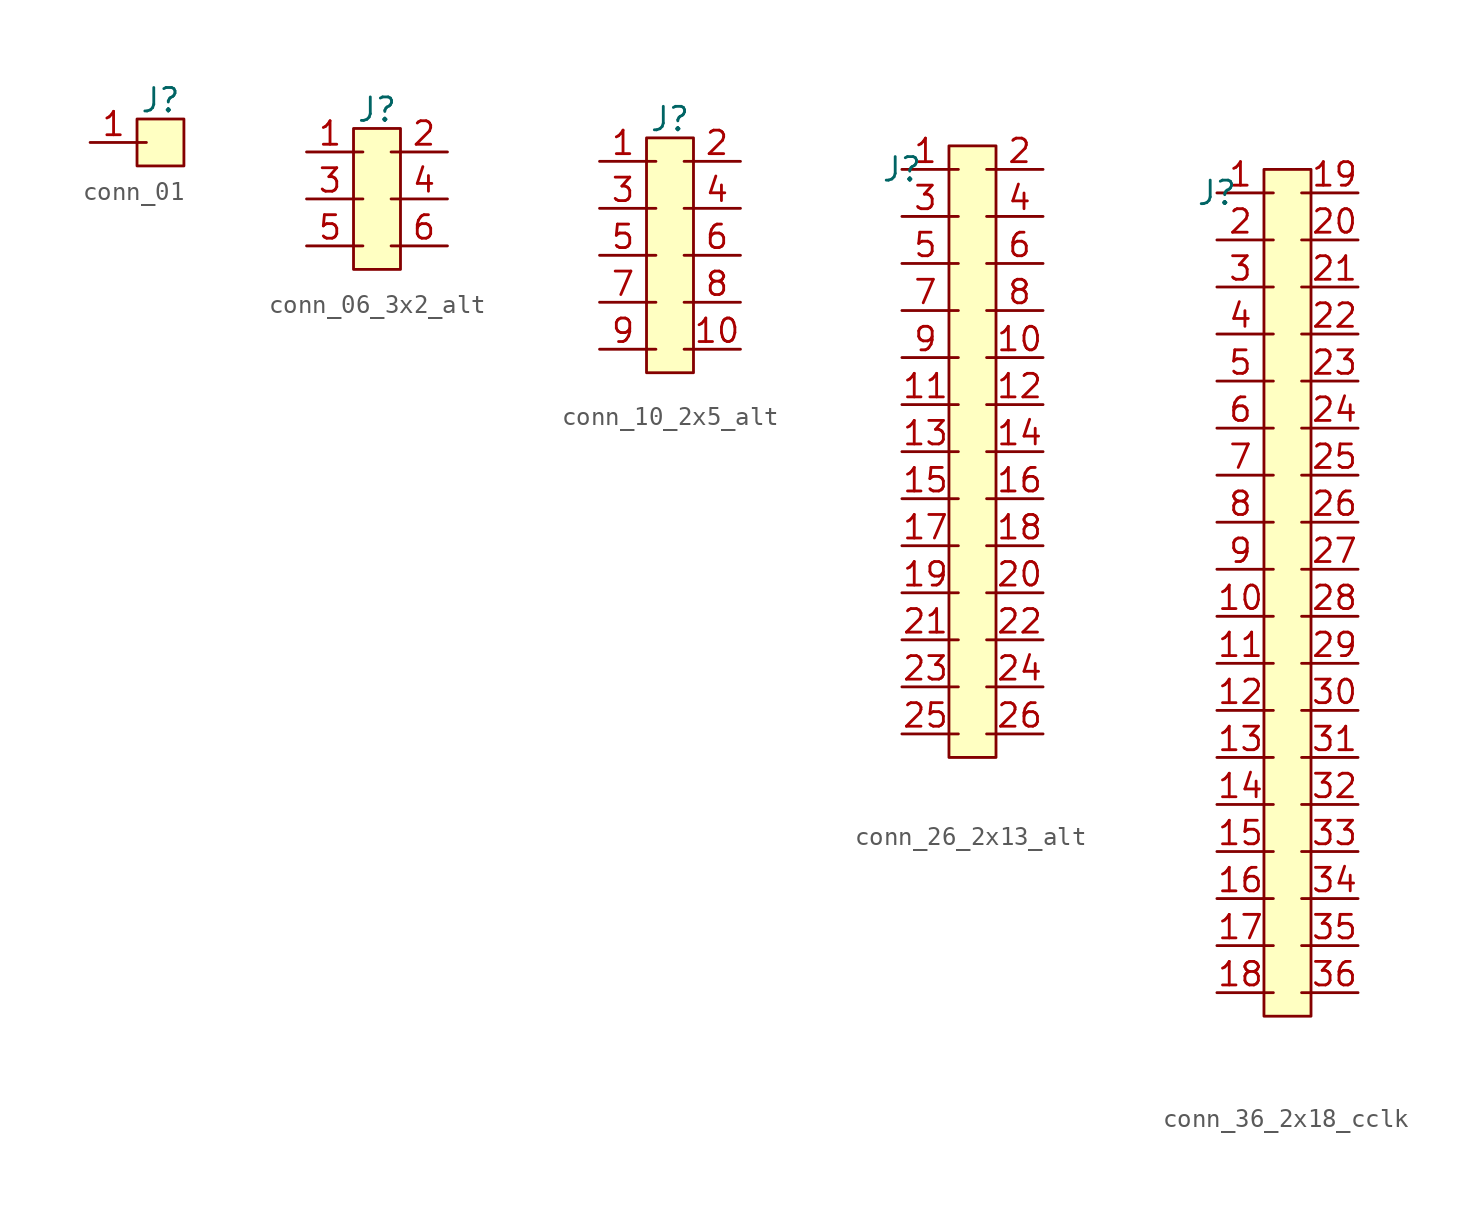
<source format=kicad_sym>
(kicad_symbol_lib
  (version 20231120)
  (generator "kicad_symbol_editor")
  (generator_version "8.0")
  (symbol "conn_01"
    (pin_names hide)
    (property "Reference" "J"
      (at 3.81 2.286 0)
      (effects (font (size 1.27 1.27))))
    (symbol "conn_01_1_0"
      (pin passive line (at 0 0 0) (length 2.54) (name "1" (effects (font (size 1.27 1.27)))) (number "1" (effects (font (size 1.27 1.27))))))
    (symbol "conn_01_1_1"
      (polyline (pts (xy 2.54 0) (xy 3.048 0)) (stroke (width 0) (type default)) (fill (type none)))
      (rectangle (start 2.54 1.27) (end 5.08 -1.27) (stroke (width 0) (type default)) (fill (type background)))))
  (symbol "conn_06_3x2_alt"
    (pin_names hide)
    (property "Reference" "J"
      (at 3.81 2.286 0)
      (effects (font (size 1.27 1.27))))
    (symbol "conn_06_3x2_alt_1_0"
      (pin passive line (at 0 0 0) (length 2.54) (name "1" (effects (font (size 1.27 1.27)))) (number "1" (effects (font (size 1.27 1.27)))))
      (pin passive line (at 7.62 0 180) (length 2.54) (name "2" (effects (font (size 1.27 1.27)))) (number "2" (effects (font (size 1.27 1.27)))))
      (pin passive line (at 0 -2.54 0) (length 2.54) (name "3" (effects (font (size 1.27 1.27)))) (number "3" (effects (font (size 1.27 1.27)))))
      (pin passive line (at 7.62 -2.54 180) (length 2.54) (name "4" (effects (font (size 1.27 1.27)))) (number "4" (effects (font (size 1.27 1.27)))))
      (pin passive line (at 0 -5.08 0) (length 2.54) (name "5" (effects (font (size 1.27 1.27)))) (number "5" (effects (font (size 1.27 1.27)))))
      (pin passive line (at 7.62 -5.08 180) (length 2.54) (name "6" (effects (font (size 1.27 1.27)))) (number "6" (effects (font (size 1.27 1.27))))))
    (symbol "conn_06_3x2_alt_1_1"
      (polyline (pts (xy 2.54 -5.08) (xy 3.048 -5.08)) (stroke (width 0) (type default)) (fill (type none)))
      (polyline (pts (xy 2.54 -2.54) (xy 3.048 -2.54)) (stroke (width 0) (type default)) (fill (type none)))
      (polyline (pts (xy 2.54 0) (xy 3.048 0)) (stroke (width 0) (type default)) (fill (type none)))
      (polyline (pts (xy 4.572 -5.08) (xy 5.08 -5.08)) (stroke (width 0) (type default)) (fill (type none)))
      (polyline (pts (xy 4.572 -2.54) (xy 5.08 -2.54)) (stroke (width 0) (type default)) (fill (type none)))
      (polyline (pts (xy 4.572 0) (xy 5.08 0)) (stroke (width 0) (type default)) (fill (type none)))
      (rectangle (start 2.54 1.27) (end 5.08 -6.35) (stroke (width 0) (type default)) (fill (type background)))))
  (symbol "conn_10_2x5_alt"
    (pin_names hide)
    (property "Reference" "J"
      (at 3.81 2.286 0)
      (effects (font (size 1.27 1.27))))
    (symbol "conn_10_2x5_alt_1_0"
      (pin passive line (at 0 0 0) (length 2.54) (name "1" (effects (font (size 1.27 1.27)))) (number "1" (effects (font (size 1.27 1.27)))))
      (pin passive line (at 7.62 -10.16 180) (length 2.54) (name "10" (effects (font (size 1.27 1.27)))) (number "10" (effects (font (size 1.27 1.27)))))
      (pin passive line (at 7.62 0 180) (length 2.54) (name "2" (effects (font (size 1.27 1.27)))) (number "2" (effects (font (size 1.27 1.27)))))
      (pin passive line (at 0 -2.54 0) (length 2.54) (name "3" (effects (font (size 1.27 1.27)))) (number "3" (effects (font (size 1.27 1.27)))))
      (pin passive line (at 7.62 -2.54 180) (length 2.54) (name "4" (effects (font (size 1.27 1.27)))) (number "4" (effects (font (size 1.27 1.27)))))
      (pin passive line (at 0 -5.08 0) (length 2.54) (name "5" (effects (font (size 1.27 1.27)))) (number "5" (effects (font (size 1.27 1.27)))))
      (pin passive line (at 7.62 -5.08 180) (length 2.54) (name "6" (effects (font (size 1.27 1.27)))) (number "6" (effects (font (size 1.27 1.27)))))
      (pin passive line (at 0 -7.62 0) (length 2.54) (name "7" (effects (font (size 1.27 1.27)))) (number "7" (effects (font (size 1.27 1.27)))))
      (pin passive line (at 7.62 -7.62 180) (length 2.54) (name "8" (effects (font (size 1.27 1.27)))) (number "8" (effects (font (size 1.27 1.27)))))
      (pin passive line (at 0 -10.16 0) (length 2.54) (name "9" (effects (font (size 1.27 1.27)))) (number "9" (effects (font (size 1.27 1.27))))))
    (symbol "conn_10_2x5_alt_1_1"
      (polyline (pts (xy 2.54 -10.16) (xy 3.048 -10.16)) (stroke (width 0) (type default)) (fill (type none)))
      (polyline (pts (xy 2.54 -7.62) (xy 3.048 -7.62)) (stroke (width 0) (type default)) (fill (type none)))
      (polyline (pts (xy 2.54 -5.08) (xy 3.048 -5.08)) (stroke (width 0) (type default)) (fill (type none)))
      (polyline (pts (xy 2.54 -2.54) (xy 3.048 -2.54)) (stroke (width 0) (type default)) (fill (type none)))
      (polyline (pts (xy 2.54 0) (xy 3.048 0)) (stroke (width 0) (type default)) (fill (type none)))
      (polyline (pts (xy 4.572 -10.16) (xy 5.08 -10.16)) (stroke (width 0) (type default)) (fill (type none)))
      (polyline (pts (xy 4.572 -7.62) (xy 5.08 -7.62)) (stroke (width 0) (type default)) (fill (type none)))
      (polyline (pts (xy 4.572 -5.08) (xy 5.08 -5.08)) (stroke (width 0) (type default)) (fill (type none)))
      (polyline (pts (xy 4.572 -2.54) (xy 5.08 -2.54)) (stroke (width 0) (type default)) (fill (type none)))
      (polyline (pts (xy 4.572 0) (xy 5.08 0)) (stroke (width 0) (type default)) (fill (type none)))
      (rectangle (start 2.54 1.27) (end 5.08 -11.43) (stroke (width 0) (type default)) (fill (type background)))))
  (symbol "conn_26_2x13_alt"
    (pin_names hide)
    (property "Reference" "J"
      (at 0 0 0)
      (effects (font (size 1.27 1.27))))
    (symbol "conn_26_2x13_alt_1_1"
      (polyline (pts (xy 2.54 -30.48) (xy 3.048 -30.48)) (stroke (width 0) (type default)) (fill (type none)))
      (polyline (pts (xy 2.54 -27.94) (xy 3.048 -27.94)) (stroke (width 0) (type default)) (fill (type none)))
      (polyline (pts (xy 2.54 -25.4) (xy 3.048 -25.4)) (stroke (width 0) (type default)) (fill (type none)))
      (polyline (pts (xy 2.54 -22.86) (xy 3.048 -22.86)) (stroke (width 0) (type default)) (fill (type none)))
      (polyline (pts (xy 2.54 -20.32) (xy 3.048 -20.32)) (stroke (width 0) (type default)) (fill (type none)))
      (polyline (pts (xy 2.54 -17.78) (xy 3.048 -17.78)) (stroke (width 0) (type default)) (fill (type none)))
      (polyline (pts (xy 2.54 -15.24) (xy 3.048 -15.24)) (stroke (width 0) (type default)) (fill (type none)))
      (polyline (pts (xy 2.54 -12.7) (xy 3.048 -12.7)) (stroke (width 0) (type default)) (fill (type none)))
      (polyline (pts (xy 2.54 -10.16) (xy 3.048 -10.16)) (stroke (width 0) (type default)) (fill (type none)))
      (polyline (pts (xy 2.54 -7.62) (xy 3.048 -7.62)) (stroke (width 0) (type default)) (fill (type none)))
      (polyline (pts (xy 2.54 -5.08) (xy 3.048 -5.08)) (stroke (width 0) (type default)) (fill (type none)))
      (polyline (pts (xy 2.54 -2.54) (xy 3.048 -2.54)) (stroke (width 0) (type default)) (fill (type none)))
      (polyline (pts (xy 2.54 0) (xy 3.048 0)) (stroke (width 0) (type default)) (fill (type none)))
      (polyline (pts (xy 4.572 -30.48) (xy 5.08 -30.48)) (stroke (width 0) (type default)) (fill (type none)))
      (polyline (pts (xy 4.572 -27.94) (xy 5.08 -27.94)) (stroke (width 0) (type default)) (fill (type none)))
      (polyline (pts (xy 4.572 -25.4) (xy 5.08 -25.4)) (stroke (width 0) (type default)) (fill (type none)))
      (polyline (pts (xy 4.572 -22.86) (xy 5.08 -22.86)) (stroke (width 0) (type default)) (fill (type none)))
      (polyline (pts (xy 4.572 -20.32) (xy 5.08 -20.32)) (stroke (width 0) (type default)) (fill (type none)))
      (polyline (pts (xy 4.572 -17.78) (xy 5.08 -17.78)) (stroke (width 0) (type default)) (fill (type none)))
      (polyline (pts (xy 4.572 -15.24) (xy 5.08 -15.24)) (stroke (width 0) (type default)) (fill (type none)))
      (polyline (pts (xy 4.572 -12.7) (xy 5.08 -12.7)) (stroke (width 0) (type default)) (fill (type none)))
      (polyline (pts (xy 4.572 -10.16) (xy 5.08 -10.16)) (stroke (width 0) (type default)) (fill (type none)))
      (polyline (pts (xy 4.572 -7.62) (xy 5.08 -7.62)) (stroke (width 0) (type default)) (fill (type none)))
      (polyline (pts (xy 4.572 -5.08) (xy 5.08 -5.08)) (stroke (width 0) (type default)) (fill (type none)))
      (polyline (pts (xy 4.572 -2.54) (xy 5.08 -2.54)) (stroke (width 0) (type default)) (fill (type none)))
      (polyline (pts (xy 4.572 0) (xy 5.08 0)) (stroke (width 0) (type default)) (fill (type none)))
      (rectangle (start 2.54 1.27) (end 5.08 -31.75) (stroke (width 0) (type default)) (fill (type background)))
      (pin passive line (at 0 0 0) (length 2.54) (name "1" (effects (font (size 1.27 1.27)))) (number "1" (effects (font (size 1.27 1.27)))))
      (pin passive line (at 7.62 -10.16 180) (length 2.54) (name "1" (effects (font (size 1.27 1.27)))) (number "10" (effects (font (size 1.27 1.27)))))
      (pin passive line (at 0 -12.7 0) (length 2.54) (name "1" (effects (font (size 1.27 1.27)))) (number "11" (effects (font (size 1.27 1.27)))))
      (pin passive line (at 7.62 -12.7 180) (length 2.54) (name "1" (effects (font (size 1.27 1.27)))) (number "12" (effects (font (size 1.27 1.27)))))
      (pin passive line (at 0 -15.24 0) (length 2.54) (name "1" (effects (font (size 1.27 1.27)))) (number "13" (effects (font (size 1.27 1.27)))))
      (pin passive line (at 7.62 -15.24 180) (length 2.54) (name "1" (effects (font (size 1.27 1.27)))) (number "14" (effects (font (size 1.27 1.27)))))
      (pin passive line (at 0 -17.78 0) (length 2.54) (name "1" (effects (font (size 1.27 1.27)))) (number "15" (effects (font (size 1.27 1.27)))))
      (pin passive line (at 7.62 -17.78 180) (length 2.54) (name "1" (effects (font (size 1.27 1.27)))) (number "16" (effects (font (size 1.27 1.27)))))
      (pin passive line (at 0 -20.32 0) (length 2.54) (name "1" (effects (font (size 1.27 1.27)))) (number "17" (effects (font (size 1.27 1.27)))))
      (pin passive line (at 7.62 -20.32 180) (length 2.54) (name "1" (effects (font (size 1.27 1.27)))) (number "18" (effects (font (size 1.27 1.27)))))
      (pin passive line (at 0 -22.86 0) (length 2.54) (name "1" (effects (font (size 1.27 1.27)))) (number "19" (effects (font (size 1.27 1.27)))))
      (pin passive line (at 7.62 0 180) (length 2.54) (name "1" (effects (font (size 1.27 1.27)))) (number "2" (effects (font (size 1.27 1.27)))))
      (pin passive line (at 7.62 -22.86 180) (length 2.54) (name "1" (effects (font (size 1.27 1.27)))) (number "20" (effects (font (size 1.27 1.27)))))
      (pin passive line (at 0 -25.4 0) (length 2.54) (name "1" (effects (font (size 1.27 1.27)))) (number "21" (effects (font (size 1.27 1.27)))))
      (pin passive line (at 7.62 -25.4 180) (length 2.54) (name "1" (effects (font (size 1.27 1.27)))) (number "22" (effects (font (size 1.27 1.27)))))
      (pin passive line (at 0 -27.94 0) (length 2.54) (name "1" (effects (font (size 1.27 1.27)))) (number "23" (effects (font (size 1.27 1.27)))))
      (pin passive line (at 7.62 -27.94 180) (length 2.54) (name "1" (effects (font (size 1.27 1.27)))) (number "24" (effects (font (size 1.27 1.27)))))
      (pin passive line (at 0 -30.48 0) (length 2.54) (name "1" (effects (font (size 1.27 1.27)))) (number "25" (effects (font (size 1.27 1.27)))))
      (pin passive line (at 7.62 -30.48 180) (length 2.54) (name "1" (effects (font (size 1.27 1.27)))) (number "26" (effects (font (size 1.27 1.27)))))
      (pin passive line (at 0 -2.54 0) (length 2.54) (name "1" (effects (font (size 1.27 1.27)))) (number "3" (effects (font (size 1.27 1.27)))))
      (pin passive line (at 7.62 -2.54 180) (length 2.54) (name "1" (effects (font (size 1.27 1.27)))) (number "4" (effects (font (size 1.27 1.27)))))
      (pin passive line (at 0 -5.08 0) (length 2.54) (name "1" (effects (font (size 1.27 1.27)))) (number "5" (effects (font (size 1.27 1.27)))))
      (pin passive line (at 7.62 -5.08 180) (length 2.54) (name "1" (effects (font (size 1.27 1.27)))) (number "6" (effects (font (size 1.27 1.27)))))
      (pin passive line (at 0 -7.62 0) (length 2.54) (name "1" (effects (font (size 1.27 1.27)))) (number "7" (effects (font (size 1.27 1.27)))))
      (pin passive line (at 7.62 -7.62 180) (length 2.54) (name "1" (effects (font (size 1.27 1.27)))) (number "8" (effects (font (size 1.27 1.27)))))
      (pin passive line (at 0 -10.16 0) (length 2.54) (name "1" (effects (font (size 1.27 1.27)))) (number "9" (effects (font (size 1.27 1.27)))))))
  (symbol "conn_36_2x18_cclk"
    (pin_names hide)
    (property "Reference" "J"
      (at 0 0 0)
      (effects (font (size 1.27 1.27))))
    (symbol "conn_36_2x18_cclk_1_1"
      (polyline (pts (xy 2.54 -43.18) (xy 3.048 -43.18)) (stroke (width 0) (type default)) (fill (type none)))
      (polyline (pts (xy 2.54 -40.64) (xy 3.048 -40.64)) (stroke (width 0) (type default)) (fill (type none)))
      (polyline (pts (xy 2.54 -38.1) (xy 3.048 -38.1)) (stroke (width 0) (type default)) (fill (type none)))
      (polyline (pts (xy 2.54 -35.56) (xy 3.048 -35.56)) (stroke (width 0) (type default)) (fill (type none)))
      (polyline (pts (xy 2.54 -33.02) (xy 3.048 -33.02)) (stroke (width 0) (type default)) (fill (type none)))
      (polyline (pts (xy 2.54 -30.48) (xy 3.048 -30.48)) (stroke (width 0) (type default)) (fill (type none)))
      (polyline (pts (xy 2.54 -27.94) (xy 3.048 -27.94)) (stroke (width 0) (type default)) (fill (type none)))
      (polyline (pts (xy 2.54 -25.4) (xy 3.048 -25.4)) (stroke (width 0) (type default)) (fill (type none)))
      (polyline (pts (xy 2.54 -22.86) (xy 3.048 -22.86)) (stroke (width 0) (type default)) (fill (type none)))
      (polyline (pts (xy 2.54 -20.32) (xy 3.048 -20.32)) (stroke (width 0) (type default)) (fill (type none)))
      (polyline (pts (xy 2.54 -17.78) (xy 3.048 -17.78)) (stroke (width 0) (type default)) (fill (type none)))
      (polyline (pts (xy 2.54 -15.24) (xy 3.048 -15.24)) (stroke (width 0) (type default)) (fill (type none)))
      (polyline (pts (xy 2.54 -12.7) (xy 3.048 -12.7)) (stroke (width 0) (type default)) (fill (type none)))
      (polyline (pts (xy 2.54 -10.16) (xy 3.048 -10.16)) (stroke (width 0) (type default)) (fill (type none)))
      (polyline (pts (xy 2.54 -7.62) (xy 3.048 -7.62)) (stroke (width 0) (type default)) (fill (type none)))
      (polyline (pts (xy 2.54 -5.08) (xy 3.048 -5.08)) (stroke (width 0) (type default)) (fill (type none)))
      (polyline (pts (xy 2.54 -2.54) (xy 3.048 -2.54)) (stroke (width 0) (type default)) (fill (type none)))
      (polyline (pts (xy 2.54 0) (xy 3.048 0)) (stroke (width 0) (type default)) (fill (type none)))
      (polyline (pts (xy 4.572 -43.18) (xy 5.08 -43.18)) (stroke (width 0) (type default)) (fill (type none)))
      (polyline (pts (xy 4.572 -40.64) (xy 5.08 -40.64)) (stroke (width 0) (type default)) (fill (type none)))
      (polyline (pts (xy 4.572 -38.1) (xy 5.08 -38.1)) (stroke (width 0) (type default)) (fill (type none)))
      (polyline (pts (xy 4.572 -35.56) (xy 5.08 -35.56)) (stroke (width 0) (type default)) (fill (type none)))
      (polyline (pts (xy 4.572 -33.02) (xy 5.08 -33.02)) (stroke (width 0) (type default)) (fill (type none)))
      (polyline (pts (xy 4.572 -30.48) (xy 5.08 -30.48)) (stroke (width 0) (type default)) (fill (type none)))
      (polyline (pts (xy 4.572 -27.94) (xy 5.08 -27.94)) (stroke (width 0) (type default)) (fill (type none)))
      (polyline (pts (xy 4.572 -25.4) (xy 5.08 -25.4)) (stroke (width 0) (type default)) (fill (type none)))
      (polyline (pts (xy 4.572 -22.86) (xy 5.08 -22.86)) (stroke (width 0) (type default)) (fill (type none)))
      (polyline (pts (xy 4.572 -20.32) (xy 5.08 -20.32)) (stroke (width 0) (type default)) (fill (type none)))
      (polyline (pts (xy 4.572 -17.78) (xy 5.08 -17.78)) (stroke (width 0) (type default)) (fill (type none)))
      (polyline (pts (xy 4.572 -15.24) (xy 5.08 -15.24)) (stroke (width 0) (type default)) (fill (type none)))
      (polyline (pts (xy 4.572 -12.7) (xy 5.08 -12.7)) (stroke (width 0) (type default)) (fill (type none)))
      (polyline (pts (xy 4.572 -10.16) (xy 5.08 -10.16)) (stroke (width 0) (type default)) (fill (type none)))
      (polyline (pts (xy 4.572 -7.62) (xy 5.08 -7.62)) (stroke (width 0) (type default)) (fill (type none)))
      (polyline (pts (xy 4.572 -5.08) (xy 5.08 -5.08)) (stroke (width 0) (type default)) (fill (type none)))
      (polyline (pts (xy 4.572 -2.54) (xy 5.08 -2.54)) (stroke (width 0) (type default)) (fill (type none)))
      (polyline (pts (xy 4.572 0) (xy 5.08 0)) (stroke (width 0) (type default)) (fill (type none)))
      (rectangle (start 2.54 1.27) (end 5.08 -44.45) (stroke (width 0) (type default)) (fill (type background)))
      (pin passive line (at 0 0 0) (length 2.54) (name "1" (effects (font (size 1.27 1.27)))) (number "1" (effects (font (size 1.27 1.27)))))
      (pin passive line (at 0 -22.86 0) (length 2.54) (name "1" (effects (font (size 1.27 1.27)))) (number "10" (effects (font (size 1.27 1.27)))))
      (pin passive line (at 0 -25.4 0) (length 2.54) (name "1" (effects (font (size 1.27 1.27)))) (number "11" (effects (font (size 1.27 1.27)))))
      (pin passive line (at 0 -27.94 0) (length 2.54) (name "1" (effects (font (size 1.27 1.27)))) (number "12" (effects (font (size 1.27 1.27)))))
      (pin passive line (at 0 -30.48 0) (length 2.54) (name "1" (effects (font (size 1.27 1.27)))) (number "13" (effects (font (size 1.27 1.27)))))
      (pin passive line (at 0 -33.02 0) (length 2.54) (name "1" (effects (font (size 1.27 1.27)))) (number "14" (effects (font (size 1.27 1.27)))))
      (pin passive line (at 0 -35.56 0) (length 2.54) (name "1" (effects (font (size 1.27 1.27)))) (number "15" (effects (font (size 1.27 1.27)))))
      (pin passive line (at 0 -38.1 0) (length 2.54) (name "1" (effects (font (size 1.27 1.27)))) (number "16" (effects (font (size 1.27 1.27)))))
      (pin passive line (at 0 -40.64 0) (length 2.54) (name "1" (effects (font (size 1.27 1.27)))) (number "17" (effects (font (size 1.27 1.27)))))
      (pin passive line (at 0 -43.18 0) (length 2.54) (name "1" (effects (font (size 1.27 1.27)))) (number "18" (effects (font (size 1.27 1.27)))))
      (pin passive line (at 7.62 0 180) (length 2.54) (name "1" (effects (font (size 1.27 1.27)))) (number "19" (effects (font (size 1.27 1.27)))))
      (pin passive line (at 0 -2.54 0) (length 2.54) (name "1" (effects (font (size 1.27 1.27)))) (number "2" (effects (font (size 1.27 1.27)))))
      (pin passive line (at 7.62 -2.54 180) (length 2.54) (name "1" (effects (font (size 1.27 1.27)))) (number "20" (effects (font (size 1.27 1.27)))))
      (pin passive line (at 7.62 -5.08 180) (length 2.54) (name "1" (effects (font (size 1.27 1.27)))) (number "21" (effects (font (size 1.27 1.27)))))
      (pin passive line (at 7.62 -7.62 180) (length 2.54) (name "1" (effects (font (size 1.27 1.27)))) (number "22" (effects (font (size 1.27 1.27)))))
      (pin passive line (at 7.62 -10.16 180) (length 2.54) (name "1" (effects (font (size 1.27 1.27)))) (number "23" (effects (font (size 1.27 1.27)))))
      (pin passive line (at 7.62 -12.7 180) (length 2.54) (name "1" (effects (font (size 1.27 1.27)))) (number "24" (effects (font (size 1.27 1.27)))))
      (pin passive line (at 7.62 -15.24 180) (length 2.54) (name "1" (effects (font (size 1.27 1.27)))) (number "25" (effects (font (size 1.27 1.27)))))
      (pin passive line (at 7.62 -17.78 180) (length 2.54) (name "1" (effects (font (size 1.27 1.27)))) (number "26" (effects (font (size 1.27 1.27)))))
      (pin passive line (at 7.62 -20.32 180) (length 2.54) (name "1" (effects (font (size 1.27 1.27)))) (number "27" (effects (font (size 1.27 1.27)))))
      (pin passive line (at 7.62 -22.86 180) (length 2.54) (name "1" (effects (font (size 1.27 1.27)))) (number "28" (effects (font (size 1.27 1.27)))))
      (pin passive line (at 7.62 -25.4 180) (length 2.54) (name "1" (effects (font (size 1.27 1.27)))) (number "29" (effects (font (size 1.27 1.27)))))
      (pin passive line (at 0 -5.08 0) (length 2.54) (name "1" (effects (font (size 1.27 1.27)))) (number "3" (effects (font (size 1.27 1.27)))))
      (pin passive line (at 7.62 -27.94 180) (length 2.54) (name "1" (effects (font (size 1.27 1.27)))) (number "30" (effects (font (size 1.27 1.27)))))
      (pin passive line (at 7.62 -30.48 180) (length 2.54) (name "1" (effects (font (size 1.27 1.27)))) (number "31" (effects (font (size 1.27 1.27)))))
      (pin passive line (at 7.62 -33.02 180) (length 2.54) (name "1" (effects (font (size 1.27 1.27)))) (number "32" (effects (font (size 1.27 1.27)))))
      (pin passive line (at 7.62 -35.56 180) (length 2.54) (name "1" (effects (font (size 1.27 1.27)))) (number "33" (effects (font (size 1.27 1.27)))))
      (pin passive line (at 7.62 -38.1 180) (length 2.54) (name "1" (effects (font (size 1.27 1.27)))) (number "34" (effects (font (size 1.27 1.27)))))
      (pin passive line (at 7.62 -40.64 180) (length 2.54) (name "1" (effects (font (size 1.27 1.27)))) (number "35" (effects (font (size 1.27 1.27)))))
      (pin passive line (at 7.62 -43.18 180) (length 2.54) (name "1" (effects (font (size 1.27 1.27)))) (number "36" (effects (font (size 1.27 1.27)))))
      (pin passive line (at 0 -7.62 0) (length 2.54) (name "1" (effects (font (size 1.27 1.27)))) (number "4" (effects (font (size 1.27 1.27)))))
      (pin passive line (at 0 -10.16 0) (length 2.54) (name "1" (effects (font (size 1.27 1.27)))) (number "5" (effects (font (size 1.27 1.27)))))
      (pin passive line (at 0 -12.7 0) (length 2.54) (name "1" (effects (font (size 1.27 1.27)))) (number "6" (effects (font (size 1.27 1.27)))))
      (pin passive line (at 0 -15.24 0) (length 2.54) (name "1" (effects (font (size 1.27 1.27)))) (number "7" (effects (font (size 1.27 1.27)))))
      (pin passive line (at 0 -17.78 0) (length 2.54) (name "1" (effects (font (size 1.27 1.27)))) (number "8" (effects (font (size 1.27 1.27)))))
      (pin passive line (at 0 -20.32 0) (length 2.54) (name "1" (effects (font (size 1.27 1.27)))) (number "9" (effects (font (size 1.27 1.27))))))))
</source>
